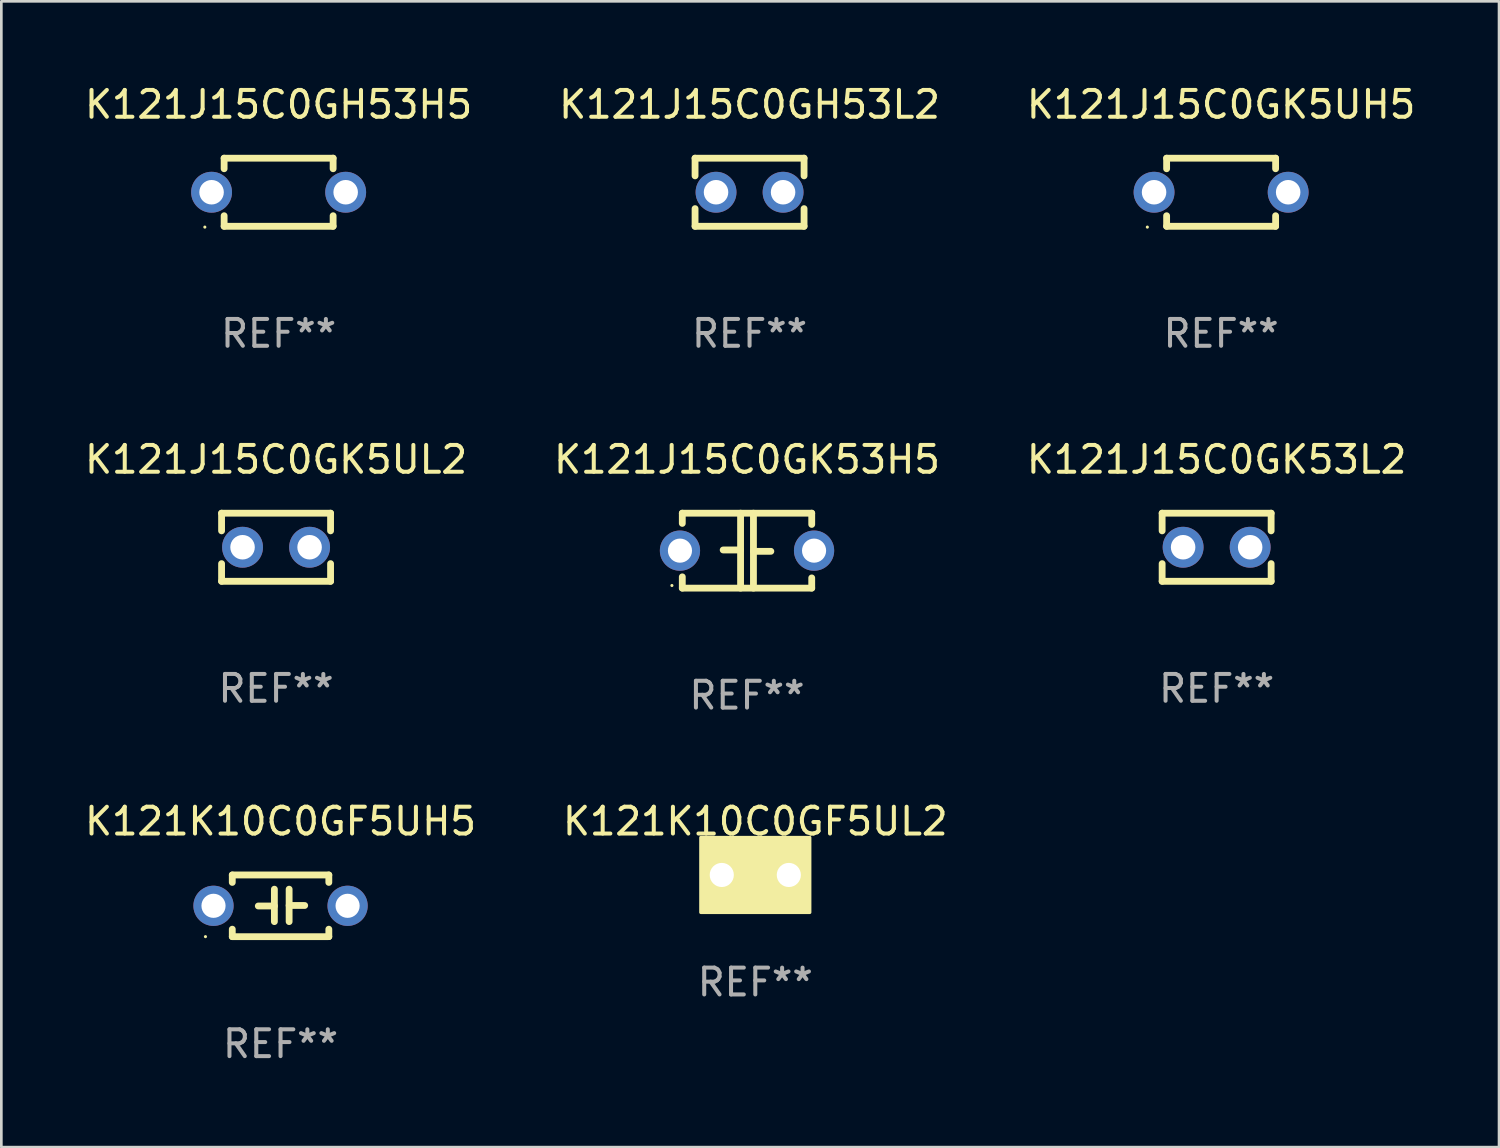
<source format=kicad_pcb>
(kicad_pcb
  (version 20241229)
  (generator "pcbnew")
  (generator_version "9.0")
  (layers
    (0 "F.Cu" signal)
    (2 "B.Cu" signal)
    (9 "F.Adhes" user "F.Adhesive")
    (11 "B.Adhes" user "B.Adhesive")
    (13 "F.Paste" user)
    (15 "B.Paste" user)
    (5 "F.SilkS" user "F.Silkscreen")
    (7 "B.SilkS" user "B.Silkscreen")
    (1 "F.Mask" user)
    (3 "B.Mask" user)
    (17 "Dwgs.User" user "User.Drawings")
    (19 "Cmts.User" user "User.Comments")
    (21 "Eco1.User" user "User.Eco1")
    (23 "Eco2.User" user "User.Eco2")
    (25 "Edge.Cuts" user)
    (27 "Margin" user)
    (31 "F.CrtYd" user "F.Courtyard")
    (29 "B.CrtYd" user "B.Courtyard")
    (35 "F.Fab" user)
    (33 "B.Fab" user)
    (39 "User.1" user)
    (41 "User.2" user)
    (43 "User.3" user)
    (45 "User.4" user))
  (footprint "K121J15C0GK53H5"
    (layer "F.Cu")
    (at 24.804 17.482)
    (property "Reference" "K121J15C0GK53H5" (at 0 -3.397 0) (layer "F.SilkS") (effects (font (size 1 1) (thickness 0.15))))
    (attr through_hole)
    (fp_line (start -2.413 -1.397) (end 2.413 -1.397) (stroke (width 0.254) (type solid)) (layer "F.SilkS"))
    (fp_line (start -2.413 -1.016) (end -2.413 -1.397) (stroke (width 0.254) (type solid)) (layer "F.SilkS"))
    (fp_line (start -2.413 0.977) (end -2.413 1.397) (stroke (width 0.254) (type solid)) (layer "F.SilkS"))
    (fp_line (start -0.24 -0.025) (end -0.889 -0.025) (stroke (width 0.254) (type solid)) (layer "F.SilkS"))
    (fp_line (start -0.24 1.397) (end -0.24 -1.397) (stroke (width 0.254) (type solid)) (layer "F.SilkS"))
    (fp_line (start 0.24 -1.397) (end 0.24 1.397) (stroke (width 0.254) (type solid)) (layer "F.SilkS"))
    (fp_line (start 0.24 0.025) (end 0.889 0.025) (stroke (width 0.254) (type solid)) (layer "F.SilkS"))
    (fp_line (start 2.413 -0.977) (end 2.413 -1.397) (stroke (width 0.254) (type solid)) (layer "F.SilkS"))
    (fp_line (start 2.413 1.016) (end 2.413 1.397) (stroke (width 0.254) (type solid)) (layer "F.SilkS"))
    (fp_line (start 2.413 1.397) (end -2.413 1.397) (stroke (width 0.254) (type solid)) (layer "F.SilkS"))
    (fp_circle (center -2.8 1.3) (end -2.77 1.3) (stroke (width 0.06) (type solid)) (fill no) (layer "F.SilkS"))
    (fp_text user "REF**" (at 0 5.397 0) (layer "F.Fab") (effects (font (size 1 1) (thickness 0.15))))
    (pad "1" thru_hole circle (at -2.5 0) (size 1.5 1.5) (drill 0.9) (layers "*.Cu" "*.Mask"))
    (pad "2" thru_hole circle (at 2.5 0) (size 1.5 1.5) (drill 0.9) (layers "*.Cu" "*.Mask")))
  (footprint "K121J15C0GK5UL2"
    (layer "F.Cu")
    (at 7.244 17.355)
    (property "Reference" "K121J15C0GK5UL2" (at 0 -3.27 0) (layer "F.SilkS") (effects (font (size 1 1) (thickness 0.15))))
    (attr through_hole)
    (fp_line (start -2.032 -1.27) (end -2.032 -0.611) (stroke (width 0.254) (type solid)) (layer "F.SilkS"))
    (fp_line (start -2.032 0.611) (end -2.032 1.27) (stroke (width 0.254) (type solid)) (layer "F.SilkS"))
    (fp_line (start -2.032 1.27) (end 2.032 1.27) (stroke (width 0.254) (type solid)) (layer "F.SilkS"))
    (fp_line (start 2.032 -1.27) (end -2.032 -1.27) (stroke (width 0.254) (type solid)) (layer "F.SilkS"))
    (fp_line (start 2.032 -0.611) (end 2.032 -1.27) (stroke (width 0.254) (type solid)) (layer "F.SilkS"))
    (fp_line (start 2.032 1.27) (end 2.032 0.611) (stroke (width 0.254) (type solid)) (layer "F.SilkS"))
    (fp_circle (center -2 1.3) (end -1.97 1.3) (stroke (width 0.06) (type solid)) (fill no) (layer "F.SilkS"))
    (fp_text user "REF**" (at 0 5.27 0) (layer "F.Fab") (effects (font (size 1 1) (thickness 0.15))))
    (pad "1" thru_hole circle (at -1.25 0) (size 1.524 1.524) (drill 0.914) (layers "*.Cu" "*.Mask"))
    (pad "2" thru_hole circle (at 1.25 0) (size 1.524 1.524) (drill 0.914) (layers "*.Cu" "*.Mask")))
  (footprint "K121K10C0GF5UH5"
    (layer "F.Cu")
    (at 7.411 30.725)
    (property "Reference" "K121K10C0GF5UH5" (at 0 -3.15 0) (layer "F.SilkS") (effects (font (size 1 1) (thickness 0.15))))
    (attr through_hole)
    (fp_line (start -1.8 -1.15) (end -1.8 -0.872) (stroke (width 0.254) (type solid)) (layer "F.SilkS"))
    (fp_line (start -1.8 -1.15) (end 1.8 -1.15) (stroke (width 0.254) (type solid)) (layer "F.SilkS"))
    (fp_line (start -1.8 0.872) (end -1.8 1.15) (stroke (width 0.254) (type solid)) (layer "F.SilkS"))
    (fp_line (start -1.8 1.15) (end 1.8 1.15) (stroke (width 0.254) (type solid)) (layer "F.SilkS"))
    (fp_line (start -0.23 -0.62) (end -0.23 0.59) (stroke (width 0.254) (type solid)) (layer "F.SilkS"))
    (fp_line (start -0.23 0.007) (end -0.83 0.007) (stroke (width 0.254) (type solid)) (layer "F.SilkS"))
    (fp_line (start 0.32 -0.62) (end 0.32 0.59) (stroke (width 0.254) (type solid)) (layer "F.SilkS"))
    (fp_line (start 0.32 -0.012) (end 0.9 -0.012) (stroke (width 0.254) (type solid)) (layer "F.SilkS"))
    (fp_line (start 1.8 -1.15) (end 1.8 -0.872) (stroke (width 0.254) (type solid)) (layer "F.SilkS"))
    (fp_line (start 1.8 0.872) (end 1.8 1.15) (stroke (width 0.254) (type solid)) (layer "F.SilkS"))
    (fp_circle (center -2.8 1.15) (end -2.77 1.15) (stroke (width 0.06) (type solid)) (fill no) (layer "F.SilkS"))
    (fp_text user "REF**" (at 0 5.15 0) (layer "F.Fab") (effects (font (size 1 1) (thickness 0.15))))
    (pad "1" thru_hole circle (at -2.5 0) (size 1.5 1.5) (drill 0.9) (layers "*.Cu" "*.Mask"))
    (pad "2" thru_hole circle (at 2.5 0) (size 1.5 1.5) (drill 0.9) (layers "*.Cu" "*.Mask")))
  (footprint "K121J15C0GK5UH5"
    (layer "F.Cu")
    (at 42.482 4.118)
    (property "Reference" "K121J15C0GK5UH5" (at 0 -3.27 0) (layer "F.SilkS") (effects (font (size 1 1) (thickness 0.15))))
    (attr through_hole)
    (fp_line (start -2.032 -1.27) (end -2.032 -0.876) (stroke (width 0.254) (type solid)) (layer "F.SilkS"))
    (fp_line (start -2.032 0.876) (end -2.032 1.27) (stroke (width 0.254) (type solid)) (layer "F.SilkS"))
    (fp_line (start -2.032 1.27) (end 2.032 1.27) (stroke (width 0.254) (type solid)) (layer "F.SilkS"))
    (fp_line (start 2.032 -1.27) (end -2.032 -1.27) (stroke (width 0.254) (type solid)) (layer "F.SilkS"))
    (fp_line (start 2.032 -0.876) (end 2.032 -1.27) (stroke (width 0.254) (type solid)) (layer "F.SilkS"))
    (fp_line (start 2.032 1.27) (end 2.032 0.876) (stroke (width 0.254) (type solid)) (layer "F.SilkS"))
    (fp_circle (center -2.751 1.3) (end -2.721 1.3) (stroke (width 0.06) (type solid)) (fill no) (layer "F.SilkS"))
    (fp_text user "REF**" (at 0 5.27 0) (layer "F.Fab") (effects (font (size 1 1) (thickness 0.15))))
    (pad "1" thru_hole circle (at -2.5 0) (size 1.524 1.524) (drill 0.914) (layers "*.Cu" "*.Mask"))
    (pad "2" thru_hole circle (at 2.5 0) (size 1.524 1.524) (drill 0.914) (layers "*.Cu" "*.Mask")))
  (footprint "K121J15C0GK53L2"
    (layer "F.Cu")
    (at 42.315 17.355)
    (property "Reference" "K121J15C0GK53L2" (at 0 -3.27 0) (layer "F.SilkS") (effects (font (size 1 1) (thickness 0.15))))
    (attr through_hole)
    (fp_line (start -2.032 -1.27) (end -2.032 -0.611) (stroke (width 0.254) (type solid)) (layer "F.SilkS"))
    (fp_line (start -2.032 0.611) (end -2.032 1.27) (stroke (width 0.254) (type solid)) (layer "F.SilkS"))
    (fp_line (start -2.032 1.27) (end 2.032 1.27) (stroke (width 0.254) (type solid)) (layer "F.SilkS"))
    (fp_line (start 2.032 -1.27) (end -2.032 -1.27) (stroke (width 0.254) (type solid)) (layer "F.SilkS"))
    (fp_line (start 2.032 -0.611) (end 2.032 -1.27) (stroke (width 0.254) (type solid)) (layer "F.SilkS"))
    (fp_line (start 2.032 1.27) (end 2.032 0.611) (stroke (width 0.254) (type solid)) (layer "F.SilkS"))
    (fp_circle (center -2 1.3) (end -1.97 1.3) (stroke (width 0.06) (type solid)) (fill no) (layer "F.SilkS"))
    (fp_text user "REF**" (at 0 5.27 0) (layer "F.Fab") (effects (font (size 1 1) (thickness 0.15))))
    (pad "1" thru_hole circle (at -1.25 0) (size 1.524 1.524) (drill 0.914) (layers "*.Cu" "*.Mask"))
    (pad "2" thru_hole circle (at 1.25 0) (size 1.524 1.524) (drill 0.914) (layers "*.Cu" "*.Mask")))
  (footprint "K121J15C0GH53H5"
    (layer "F.Cu")
    (at 7.339 4.118)
    (property "Reference" "K121J15C0GH53H5" (at 0 -3.27 0) (layer "F.SilkS") (effects (font (size 1 1) (thickness 0.15))))
    (attr through_hole)
    (fp_line (start -2.032 -1.27) (end -2.032 -0.876) (stroke (width 0.254) (type solid)) (layer "F.SilkS"))
    (fp_line (start -2.032 0.876) (end -2.032 1.27) (stroke (width 0.254) (type solid)) (layer "F.SilkS"))
    (fp_line (start -2.032 1.27) (end 2.032 1.27) (stroke (width 0.254) (type solid)) (layer "F.SilkS"))
    (fp_line (start 2.032 -1.27) (end -2.032 -1.27) (stroke (width 0.254) (type solid)) (layer "F.SilkS"))
    (fp_line (start 2.032 -0.876) (end 2.032 -1.27) (stroke (width 0.254) (type solid)) (layer "F.SilkS"))
    (fp_line (start 2.032 1.27) (end 2.032 0.876) (stroke (width 0.254) (type solid)) (layer "F.SilkS"))
    (fp_circle (center -2.751 1.3) (end -2.721 1.3) (stroke (width 0.06) (type solid)) (fill no) (layer "F.SilkS"))
    (fp_text user "REF**" (at 0 5.27 0) (layer "F.Fab") (effects (font (size 1 1) (thickness 0.15))))
    (pad "1" thru_hole circle (at -2.5 0) (size 1.524 1.524) (drill 0.914) (layers "*.Cu" "*.Mask"))
    (pad "2" thru_hole circle (at 2.5 0) (size 1.524 1.524) (drill 0.914) (layers "*.Cu" "*.Mask")))
  (footprint "K121J15C0GH53L2"
    (layer "F.Cu")
    (at 24.899 4.118)
    (property "Reference" "K121J15C0GH53L2" (at 0 -3.27 0) (layer "F.SilkS") (effects (font (size 1 1) (thickness 0.15))))
    (attr through_hole)
    (fp_line (start -2.032 -1.27) (end -2.032 -0.611) (stroke (width 0.254) (type solid)) (layer "F.SilkS"))
    (fp_line (start -2.032 0.611) (end -2.032 1.27) (stroke (width 0.254) (type solid)) (layer "F.SilkS"))
    (fp_line (start -2.032 1.27) (end 2.032 1.27) (stroke (width 0.254) (type solid)) (layer "F.SilkS"))
    (fp_line (start 2.032 -1.27) (end -2.032 -1.27) (stroke (width 0.254) (type solid)) (layer "F.SilkS"))
    (fp_line (start 2.032 -0.611) (end 2.032 -1.27) (stroke (width 0.254) (type solid)) (layer "F.SilkS"))
    (fp_line (start 2.032 1.27) (end 2.032 0.611) (stroke (width 0.254) (type solid)) (layer "F.SilkS"))
    (fp_circle (center -2 1.3) (end -1.97 1.3) (stroke (width 0.06) (type solid)) (fill no) (layer "F.SilkS"))
    (fp_text user "REF**" (at 0 5.27 0) (layer "F.Fab") (effects (font (size 1 1) (thickness 0.15))))
    (pad "1" thru_hole circle (at -1.25 0) (size 1.524 1.524) (drill 0.914) (layers "*.Cu" "*.Mask"))
    (pad "2" thru_hole circle (at 1.25 0) (size 1.524 1.524) (drill 0.914) (layers "*.Cu" "*.Mask")))
  (footprint "K121K10C0GF5UL2"
    (layer "F.Cu")
    (at 25.113 29.575)
    (property "Reference" "K121K10C0GF5UL2" (at 0 -2 0) (layer "F.SilkS") (effects (font (size 1 1) (thickness 0.15))))
    (attr through_hole)
    (fp_circle (center -1.8 1.15) (end -1.77 1.15) (stroke (width 0.06) (type solid)) (fill no) (layer "F.SilkS"))
    (fp_poly (pts (xy -2.032 -1.397) (xy 2.032 -1.397) (xy 2.032 1.397) (xy -2.032 1.397)) (stroke (width 0.12) (type solid)) (fill yes) (layer "F.SilkS"))
    (fp_text user "REF**" (at 0 4 0) (layer "F.Fab") (effects (font (size 1 1) (thickness 0.15))))
    (pad "1" thru_hole circle (at -1.25 0) (size 1.5 1.5) (drill 0.9) (layers "*.Cu" "*.Mask"))
    (pad "2" thru_hole circle (at 1.25 0) (size 1.5 1.5) (drill 0.9) (layers "*.Cu" "*.Mask")))
  (gr_rect
    (start -3 -3)
    (end 52.845 39.724)
    (stroke (width 0.1) (type default))
    (fill no)
    (layer "Edge.Cuts")))
</source>
